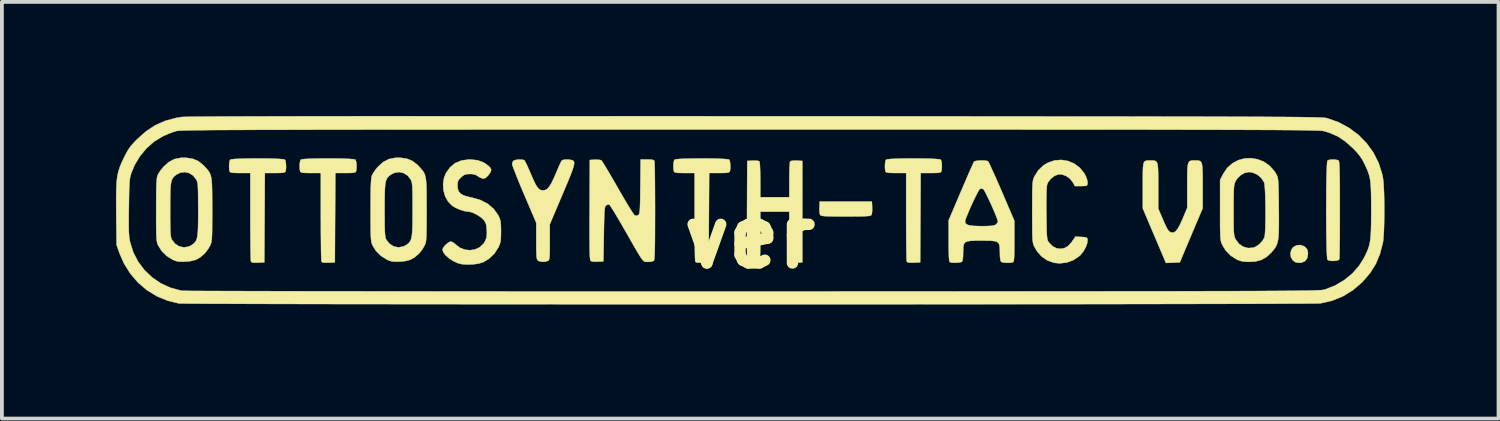
<source format=kicad_pcb>
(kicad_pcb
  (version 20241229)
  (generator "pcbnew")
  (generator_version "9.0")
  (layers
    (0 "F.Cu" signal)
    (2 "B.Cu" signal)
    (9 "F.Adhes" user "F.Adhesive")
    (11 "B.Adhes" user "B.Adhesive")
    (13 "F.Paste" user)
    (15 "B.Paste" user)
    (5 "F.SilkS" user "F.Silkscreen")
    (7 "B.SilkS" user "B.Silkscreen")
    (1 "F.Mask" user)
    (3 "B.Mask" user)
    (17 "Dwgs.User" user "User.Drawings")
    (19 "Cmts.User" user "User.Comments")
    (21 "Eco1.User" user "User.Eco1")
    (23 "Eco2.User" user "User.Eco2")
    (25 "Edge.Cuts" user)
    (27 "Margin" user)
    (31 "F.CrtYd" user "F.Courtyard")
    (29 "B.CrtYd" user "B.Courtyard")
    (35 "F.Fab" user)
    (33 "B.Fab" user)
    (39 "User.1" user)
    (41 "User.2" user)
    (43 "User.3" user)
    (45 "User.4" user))
  (footprint "ver"
    (layer "F.Cu")
    (at 16.665 3.176)
    (property "Reference" "ver" (at 0 0 0) (layer "F.SilkS") (effects (font (size 1.524 1.524) (thickness 0.3))))
    (attr through_hole)
    (fp_poly (pts (xy 14.575 0.248) (xy 14.616 0.278) (xy 14.662 0.336) (xy 14.68 0.408) (xy 14.681 0.45) (xy 14.662 0.562) (xy 14.606 0.639) (xy 14.515 0.68) (xy 14.453 0.686) (xy 14.361 0.673) (xy 14.291 0.628) (xy 14.286 0.623) (xy 14.235 0.54) (xy 14.221 0.441) (xy 14.243 0.344) (xy 14.289 0.278) (xy 14.377 0.227) (xy 14.479 0.217) (xy 14.575 0.248)) (stroke (width 0.01) (type solid)) (fill yes) (layer "F.SilkS"))
    (fp_poly (pts (xy 3.221 -0.766) (xy 3.22 -0.665) (xy 3.21 -0.593) (xy 3.199 -0.569) (xy 3.181 -0.558) (xy 3.144 -0.549) (xy 3.083 -0.543) (xy 2.993 -0.538) (xy 2.868 -0.535) (xy 2.702 -0.534) (xy 2.527 -0.533) (xy 2.323 -0.534) (xy 2.164 -0.536) (xy 2.045 -0.539) (xy 1.96 -0.543) (xy 1.903 -0.55) (xy 1.87 -0.56) (xy 1.856 -0.569) (xy 1.84 -0.617) (xy 1.833 -0.702) (xy 1.834 -0.766) (xy 1.841 -0.927) (xy 3.213 -0.927) (xy 3.221 -0.766)) (stroke (width 0.01) (type solid)) (fill yes) (layer "F.SilkS"))
    (fp_poly (pts (xy 15.398 -2.028) (xy 15.464 -2.015) (xy 15.489 -2.002) (xy 15.496 -1.981) (xy 15.503 -1.933) (xy 15.508 -1.854) (xy 15.512 -1.743) (xy 15.515 -1.594) (xy 15.517 -1.406) (xy 15.519 -1.175) (xy 15.519 -0.898) (xy 15.519 -0.708) (xy 15.519 -0.459) (xy 15.518 -0.224) (xy 15.517 -0.009) (xy 15.515 0.181) (xy 15.513 0.341) (xy 15.51 0.467) (xy 15.507 0.552) (xy 15.504 0.593) (xy 15.504 0.595) (xy 15.471 0.619) (xy 15.406 0.632) (xy 15.328 0.636) (xy 15.253 0.629) (xy 15.2 0.61) (xy 15.194 0.605) (xy 15.187 0.572) (xy 15.181 0.495) (xy 15.175 0.38) (xy 15.171 0.231) (xy 15.167 0.055) (xy 15.164 -0.142) (xy 15.162 -0.354) (xy 15.161 -0.575) (xy 15.161 -0.8) (xy 15.162 -1.022) (xy 15.164 -1.235) (xy 15.167 -1.434) (xy 15.17 -1.612) (xy 15.175 -1.764) (xy 15.18 -1.883) (xy 15.186 -1.964) (xy 15.194 -2.001) (xy 15.194 -2.002) (xy 15.241 -2.022) (xy 15.316 -2.031) (xy 15.398 -2.028)) (stroke (width 0.01) (type solid)) (fill yes) (layer "F.SilkS"))
    (fp_poly (pts (xy -12.81 -2.059) (xy -12.649 -2.057) (xy -12.502 -2.053) (xy -12.378 -2.047) (xy -12.285 -2.04) (xy -12.232 -2.031) (xy -12.222 -2.027) (xy -12.205 -1.984) (xy -12.195 -1.911) (xy -12.192 -1.826) (xy -12.199 -1.75) (xy -12.207 -1.717) (xy -12.223 -1.698) (xy -12.259 -1.686) (xy -12.323 -1.679) (xy -12.426 -1.677) (xy -12.487 -1.676) (xy -12.75 -1.676) (xy -12.757 -0.502) (xy -12.764 0.673) (xy -12.932 0.681) (xy -13.026 0.682) (xy -13.082 0.676) (xy -13.109 0.659) (xy -13.116 0.647) (xy -13.119 0.613) (xy -13.122 0.535) (xy -13.125 0.416) (xy -13.127 0.262) (xy -13.129 0.079) (xy -13.131 -0.129) (xy -13.132 -0.355) (xy -13.132 -0.535) (xy -13.132 -1.676) (xy -13.396 -1.676) (xy -13.518 -1.678) (xy -13.599 -1.682) (xy -13.646 -1.692) (xy -13.67 -1.707) (xy -13.675 -1.717) (xy -13.688 -1.779) (xy -13.69 -1.861) (xy -13.685 -1.943) (xy -13.671 -2.007) (xy -13.66 -2.027) (xy -13.626 -2.037) (xy -13.548 -2.045) (xy -13.437 -2.051) (xy -13.299 -2.055) (xy -13.143 -2.058) (xy -12.977 -2.059) (xy -12.81 -2.059)) (stroke (width 0.01) (type solid)) (fill yes) (layer "F.SilkS"))
    (fp_poly (pts (xy -10.956 -2.059) (xy -10.794 -2.057) (xy -10.648 -2.053) (xy -10.524 -2.047) (xy -10.431 -2.04) (xy -10.377 -2.031) (xy -10.368 -2.027) (xy -10.351 -1.984) (xy -10.34 -1.911) (xy -10.338 -1.826) (xy -10.345 -1.75) (xy -10.353 -1.717) (xy -10.369 -1.698) (xy -10.404 -1.686) (xy -10.469 -1.679) (xy -10.571 -1.677) (xy -10.632 -1.676) (xy -10.896 -1.676) (xy -10.903 -0.502) (xy -10.909 0.673) (xy -11.078 0.681) (xy -11.172 0.682) (xy -11.227 0.676) (xy -11.255 0.659) (xy -11.262 0.647) (xy -11.265 0.613) (xy -11.268 0.535) (xy -11.271 0.416) (xy -11.273 0.262) (xy -11.275 0.079) (xy -11.277 -0.129) (xy -11.277 -0.355) (xy -11.278 -0.535) (xy -11.278 -1.676) (xy -11.542 -1.676) (xy -11.664 -1.678) (xy -11.745 -1.682) (xy -11.792 -1.692) (xy -11.816 -1.707) (xy -11.821 -1.717) (xy -11.833 -1.779) (xy -11.836 -1.861) (xy -11.83 -1.943) (xy -11.817 -2.007) (xy -11.806 -2.027) (xy -11.771 -2.037) (xy -11.694 -2.045) (xy -11.583 -2.051) (xy -11.445 -2.055) (xy -11.289 -2.058) (xy -11.123 -2.059) (xy -10.956 -2.059)) (stroke (width 0.01) (type solid)) (fill yes) (layer "F.SilkS"))
    (fp_poly (pts (xy -1.126 -2.059) (xy -0.965 -2.057) (xy -0.818 -2.053) (xy -0.694 -2.047) (xy -0.601 -2.04) (xy -0.548 -2.031) (xy -0.538 -2.027) (xy -0.521 -1.984) (xy -0.511 -1.911) (xy -0.508 -1.826) (xy -0.515 -1.75) (xy -0.523 -1.717) (xy -0.539 -1.698) (xy -0.575 -1.686) (xy -0.639 -1.679) (xy -0.742 -1.677) (xy -0.803 -1.676) (xy -1.066 -1.676) (xy -1.073 -0.502) (xy -1.079 0.673) (xy -1.248 0.681) (xy -1.342 0.682) (xy -1.398 0.676) (xy -1.425 0.659) (xy -1.432 0.647) (xy -1.435 0.613) (xy -1.438 0.535) (xy -1.441 0.416) (xy -1.443 0.262) (xy -1.445 0.079) (xy -1.447 -0.129) (xy -1.448 -0.355) (xy -1.448 -0.535) (xy -1.448 -1.676) (xy -1.712 -1.676) (xy -1.834 -1.678) (xy -1.915 -1.682) (xy -1.962 -1.692) (xy -1.986 -1.707) (xy -1.991 -1.717) (xy -2.004 -1.779) (xy -2.006 -1.861) (xy -2.001 -1.943) (xy -1.987 -2.007) (xy -1.976 -2.027) (xy -1.942 -2.037) (xy -1.864 -2.045) (xy -1.753 -2.051) (xy -1.615 -2.055) (xy -1.459 -2.058) (xy -1.293 -2.059) (xy -1.126 -2.059)) (stroke (width 0.01) (type solid)) (fill yes) (layer "F.SilkS"))
    (fp_poly (pts (xy 4.437 -2.059) (xy 4.598 -2.057) (xy 4.745 -2.053) (xy 4.868 -2.047) (xy 4.961 -2.04) (xy 5.015 -2.031) (xy 5.024 -2.027) (xy 5.042 -1.984) (xy 5.052 -1.911) (xy 5.054 -1.826) (xy 5.048 -1.75) (xy 5.039 -1.717) (xy 5.024 -1.698) (xy 4.988 -1.686) (xy 4.923 -1.679) (xy 4.821 -1.677) (xy 4.76 -1.676) (xy 4.496 -1.676) (xy 4.49 -0.502) (xy 4.483 0.673) (xy 4.315 0.681) (xy 4.22 0.682) (xy 4.165 0.676) (xy 4.137 0.659) (xy 4.131 0.647) (xy 4.127 0.613) (xy 4.124 0.535) (xy 4.122 0.416) (xy 4.119 0.262) (xy 4.117 0.079) (xy 4.116 -0.129) (xy 4.115 -0.355) (xy 4.115 -0.535) (xy 4.115 -1.676) (xy 3.851 -1.676) (xy 3.728 -1.678) (xy 3.648 -1.682) (xy 3.6 -1.692) (xy 3.577 -1.707) (xy 3.571 -1.717) (xy 3.559 -1.779) (xy 3.556 -1.861) (xy 3.562 -1.943) (xy 3.575 -2.007) (xy 3.586 -2.027) (xy 3.621 -2.037) (xy 3.698 -2.045) (xy 3.81 -2.051) (xy 3.947 -2.055) (xy 4.103 -2.058) (xy 4.269 -2.059) (xy 4.437 -2.059)) (stroke (width 0.01) (type solid)) (fill yes) (layer "F.SilkS"))
    (fp_poly (pts (xy 1.234 -2.002) (xy 1.384 -1.994) (xy 1.384 0.673) (xy 1.249 0.681) (xy 1.161 0.68) (xy 1.095 0.668) (xy 1.077 0.659) (xy 1.066 0.641) (xy 1.057 0.605) (xy 1.051 0.545) (xy 1.046 0.456) (xy 1.043 0.332) (xy 1.042 0.167) (xy 1.041 -0.016) (xy 1.041 -0.66) (xy 0.279 -0.66) (xy 0.279 -0.027) (xy 0.279 0.149) (xy 0.277 0.309) (xy 0.275 0.446) (xy 0.271 0.554) (xy 0.267 0.623) (xy 0.264 0.646) (xy 0.232 0.668) (xy 0.167 0.683) (xy 0.088 0.688) (xy 0.011 0.684) (xy -0.046 0.67) (xy -0.065 0.654) (xy -0.067 0.623) (xy -0.069 0.546) (xy -0.07 0.429) (xy -0.071 0.275) (xy -0.072 0.09) (xy -0.072 -0.122) (xy -0.071 -0.355) (xy -0.07 -0.604) (xy -0.07 -0.686) (xy -0.064 -1.994) (xy 0.087 -2.002) (xy 0.189 -2.001) (xy 0.246 -1.987) (xy 0.258 -1.976) (xy 0.264 -1.941) (xy 0.27 -1.864) (xy 0.275 -1.754) (xy 0.278 -1.62) (xy 0.279 -1.492) (xy 0.279 -1.041) (xy 1.041 -1.041) (xy 1.042 -1.492) (xy 1.043 -1.64) (xy 1.046 -1.771) (xy 1.051 -1.877) (xy 1.057 -1.949) (xy 1.063 -1.976) (xy 1.101 -1.997) (xy 1.183 -2.003) (xy 1.234 -2.002)) (stroke (width 0.01) (type solid)) (fill yes) (layer "F.SilkS"))
    (fp_poly (pts (xy 10.55 -2.007) (xy 10.608 -2.006) (xy 10.654 -1.999) (xy 10.688 -1.982) (xy 10.712 -1.948) (xy 10.728 -1.891) (xy 10.737 -1.805) (xy 10.742 -1.686) (xy 10.744 -1.527) (xy 10.744 -1.334) (xy 10.744 -0.74) (xy 10.851 -0.491) (xy 10.911 -0.351) (xy 10.958 -0.252) (xy 10.996 -0.185) (xy 11.029 -0.144) (xy 11.063 -0.121) (xy 11.092 -0.111) (xy 11.146 -0.111) (xy 11.2 -0.142) (xy 11.254 -0.209) (xy 11.314 -0.315) (xy 11.383 -0.467) (xy 11.391 -0.485) (xy 11.506 -0.76) (xy 11.506 -1.344) (xy 11.506 -1.544) (xy 11.508 -1.699) (xy 11.513 -1.815) (xy 11.524 -1.898) (xy 11.541 -1.952) (xy 11.567 -1.985) (xy 11.603 -2.001) (xy 11.652 -2.006) (xy 11.709 -2.007) (xy 11.771 -2.006) (xy 11.818 -2) (xy 11.854 -1.983) (xy 11.879 -1.95) (xy 11.896 -1.894) (xy 11.906 -1.81) (xy 11.911 -1.693) (xy 11.912 -1.536) (xy 11.912 -1.338) (xy 11.912 -0.749) (xy 11.611 -0.038) (xy 11.311 0.673) (xy 11.128 0.681) (xy 10.946 0.688) (xy 10.91 0.604) (xy 10.891 0.559) (xy 10.855 0.474) (xy 10.805 0.356) (xy 10.744 0.214) (xy 10.676 0.052) (xy 10.606 -0.111) (xy 10.338 -0.744) (xy 10.338 -1.349) (xy 10.338 -1.548) (xy 10.339 -1.703) (xy 10.343 -1.818) (xy 10.352 -1.9) (xy 10.368 -1.954) (xy 10.393 -1.986) (xy 10.428 -2.001) (xy 10.475 -2.006) (xy 10.537 -2.007) (xy 10.55 -2.007)) (stroke (width 0.01) (type solid)) (fill yes) (layer "F.SilkS"))
    (fp_poly (pts (xy -4.743 -2.028) (xy -4.68 -2.016) (xy -4.648 -2.004) (xy -4.627 -1.986) (xy -4.616 -1.956) (xy -4.618 -1.91) (xy -4.633 -1.843) (xy -4.662 -1.751) (xy -4.708 -1.63) (xy -4.771 -1.475) (xy -4.852 -1.281) (xy -4.926 -1.106) (xy -5.258 -0.325) (xy -5.258 0.141) (xy -5.258 0.306) (xy -5.26 0.428) (xy -5.263 0.513) (xy -5.269 0.57) (xy -5.278 0.604) (xy -5.291 0.623) (xy -5.307 0.634) (xy -5.382 0.656) (xy -5.468 0.658) (xy -5.544 0.64) (xy -5.573 0.62) (xy -5.588 0.599) (xy -5.598 0.562) (xy -5.606 0.503) (xy -5.61 0.415) (xy -5.613 0.291) (xy -5.613 0.123) (xy -5.613 0.107) (xy -5.613 -0.367) (xy -5.931 -1.11) (xy -6.009 -1.295) (xy -6.08 -1.466) (xy -6.141 -1.619) (xy -6.191 -1.747) (xy -6.227 -1.843) (xy -6.246 -1.903) (xy -6.248 -1.916) (xy -6.229 -1.978) (xy -6.199 -2.006) (xy -6.138 -2.024) (xy -6.057 -2.031) (xy -5.978 -2.027) (xy -5.927 -2.013) (xy -5.908 -1.984) (xy -5.873 -1.916) (xy -5.828 -1.82) (xy -5.777 -1.702) (xy -5.755 -1.651) (xy -5.687 -1.494) (xy -5.631 -1.379) (xy -5.582 -1.3) (xy -5.537 -1.251) (xy -5.489 -1.226) (xy -5.435 -1.219) (xy -5.434 -1.219) (xy -5.373 -1.23) (xy -5.317 -1.265) (xy -5.262 -1.33) (xy -5.203 -1.431) (xy -5.136 -1.574) (xy -5.103 -1.651) (xy -5.052 -1.77) (xy -5.007 -1.874) (xy -4.97 -1.953) (xy -4.948 -1.996) (xy -4.946 -2) (xy -4.904 -2.021) (xy -4.83 -2.031) (xy -4.743 -2.028)) (stroke (width 0.01) (type solid)) (fill yes) (layer "F.SilkS"))
    (fp_poly (pts (xy 8.375 -1.991) (xy 8.539 -1.921) (xy 8.682 -1.813) (xy 8.798 -1.671) (xy 8.844 -1.582) (xy 8.873 -1.5) (xy 8.886 -1.424) (xy 8.885 -1.402) (xy 8.878 -1.365) (xy 8.86 -1.345) (xy 8.819 -1.336) (xy 8.741 -1.334) (xy 8.714 -1.333) (xy 8.552 -1.333) (xy 8.495 -1.435) (xy 8.42 -1.529) (xy 8.319 -1.6) (xy 8.209 -1.639) (xy 8.116 -1.64) (xy 8.013 -1.599) (xy 7.917 -1.524) (xy 7.845 -1.43) (xy 7.822 -1.376) (xy 7.813 -1.316) (xy 7.806 -1.208) (xy 7.802 -1.055) (xy 7.801 -0.86) (xy 7.802 -0.625) (xy 7.803 -0.605) (xy 7.805 -0.401) (xy 7.808 -0.241) (xy 7.811 -0.12) (xy 7.816 -0.031) (xy 7.822 0.033) (xy 7.831 0.078) (xy 7.842 0.109) (xy 7.856 0.134) (xy 7.863 0.143) (xy 7.961 0.247) (xy 8.068 0.303) (xy 8.166 0.318) (xy 8.274 0.301) (xy 8.369 0.247) (xy 8.46 0.15) (xy 8.492 0.104) (xy 8.565 -0.002) (xy 8.721 0.005) (xy 8.807 0.011) (xy 8.855 0.021) (xy 8.877 0.041) (xy 8.885 0.078) (xy 8.885 0.081) (xy 8.876 0.168) (xy 8.838 0.273) (xy 8.778 0.381) (xy 8.704 0.475) (xy 8.681 0.498) (xy 8.522 0.609) (xy 8.342 0.677) (xy 8.152 0.7) (xy 8.005 0.685) (xy 7.831 0.624) (xy 7.678 0.52) (xy 7.552 0.377) (xy 7.483 0.254) (xy 7.468 0.22) (xy 7.456 0.184) (xy 7.447 0.14) (xy 7.44 0.083) (xy 7.435 0.006) (xy 7.432 -0.097) (xy 7.431 -0.232) (xy 7.43 -0.404) (xy 7.43 -0.621) (xy 7.429 -0.66) (xy 7.43 -0.884) (xy 7.43 -1.063) (xy 7.432 -1.204) (xy 7.435 -1.311) (xy 7.439 -1.392) (xy 7.446 -1.453) (xy 7.454 -1.498) (xy 7.466 -1.535) (xy 7.48 -1.57) (xy 7.483 -1.576) (xy 7.587 -1.746) (xy 7.726 -1.878) (xy 7.84 -1.946) (xy 8.017 -2.007) (xy 8.198 -2.021) (xy 8.375 -1.991)) (stroke (width 0.01) (type solid)) (fill yes) (layer "F.SilkS"))
    (fp_poly (pts (xy -7.158 -2.012) (xy -6.992 -1.951) (xy -6.874 -1.868) (xy -6.819 -1.811) (xy -6.798 -1.762) (xy -6.812 -1.707) (xy -6.861 -1.633) (xy -6.882 -1.607) (xy -6.947 -1.545) (xy -7.013 -1.528) (xy -7.092 -1.557) (xy -7.137 -1.587) (xy -7.212 -1.63) (xy -7.297 -1.649) (xy -7.359 -1.651) (xy -7.446 -1.646) (xy -7.508 -1.626) (xy -7.569 -1.582) (xy -7.589 -1.564) (xy -7.648 -1.503) (xy -7.676 -1.449) (xy -7.683 -1.379) (xy -7.684 -1.365) (xy -7.676 -1.26) (xy -7.647 -1.181) (xy -7.591 -1.123) (xy -7.501 -1.079) (xy -7.37 -1.043) (xy -7.301 -1.029) (xy -7.079 -0.965) (xy -6.889 -0.866) (xy -6.733 -0.733) (xy -6.615 -0.569) (xy -6.599 -0.538) (xy -6.572 -0.477) (xy -6.555 -0.415) (xy -6.545 -0.338) (xy -6.541 -0.234) (xy -6.54 -0.14) (xy -6.542 -0.012) (xy -6.547 0.08) (xy -6.558 0.149) (xy -6.578 0.211) (xy -6.609 0.28) (xy -6.611 0.283) (xy -6.717 0.446) (xy -6.859 0.58) (xy -7.007 0.668) (xy -7.126 0.705) (xy -7.273 0.726) (xy -7.428 0.731) (xy -7.572 0.72) (xy -7.671 0.696) (xy -7.798 0.638) (xy -7.91 0.564) (xy -8.001 0.483) (xy -8.059 0.402) (xy -8.077 0.336) (xy -8.058 0.285) (xy -8.009 0.225) (xy -7.946 0.169) (xy -7.886 0.133) (xy -7.858 0.127) (xy -7.807 0.145) (xy -7.75 0.188) (xy -7.745 0.193) (xy -7.629 0.285) (xy -7.497 0.339) (xy -7.359 0.355) (xy -7.223 0.334) (xy -7.102 0.278) (xy -7.003 0.186) (xy -6.965 0.127) (xy -6.932 0.053) (xy -6.915 -0.018) (xy -6.911 -0.108) (xy -6.914 -0.167) (xy -6.922 -0.274) (xy -6.939 -0.348) (xy -6.97 -0.408) (xy -6.991 -0.439) (xy -7.059 -0.504) (xy -7.153 -0.568) (xy -7.257 -0.622) (xy -7.352 -0.654) (xy -7.398 -0.66) (xy -7.501 -0.675) (xy -7.623 -0.713) (xy -7.743 -0.767) (xy -7.821 -0.814) (xy -7.929 -0.922) (xy -8.007 -1.061) (xy -8.052 -1.22) (xy -8.063 -1.387) (xy -8.037 -1.551) (xy -7.987 -1.674) (xy -7.879 -1.826) (xy -7.745 -1.936) (xy -7.582 -2.004) (xy -7.39 -2.031) (xy -7.353 -2.032) (xy -7.158 -2.012)) (stroke (width 0.01) (type solid)) (fill yes) (layer "F.SilkS"))
    (fp_poly (pts (xy -2.595 -2.029) (xy -2.537 -2.019) (xy -2.509 -2) (xy -2.505 -1.992) (xy -2.502 -1.959) (xy -2.499 -1.881) (xy -2.496 -1.761) (xy -2.494 -1.606) (xy -2.492 -1.421) (xy -2.491 -1.209) (xy -2.49 -0.977) (xy -2.489 -0.728) (xy -2.489 -0.676) (xy -2.49 -0.369) (xy -2.491 -0.109) (xy -2.492 0.106) (xy -2.495 0.28) (xy -2.498 0.415) (xy -2.503 0.514) (xy -2.508 0.582) (xy -2.515 0.62) (xy -2.52 0.63) (xy -2.562 0.648) (xy -2.634 0.659) (xy -2.67 0.66) (xy -2.705 0.661) (xy -2.735 0.66) (xy -2.761 0.654) (xy -2.787 0.639) (xy -2.817 0.609) (xy -2.853 0.562) (xy -2.898 0.492) (xy -2.956 0.397) (xy -3.029 0.271) (xy -3.121 0.111) (xy -3.234 -0.088) (xy -3.273 -0.156) (xy -3.37 -0.325) (xy -3.46 -0.479) (xy -3.541 -0.614) (xy -3.608 -0.723) (xy -3.658 -0.8) (xy -3.688 -0.842) (xy -3.694 -0.847) (xy -3.74 -0.844) (xy -3.776 -0.826) (xy -3.79 -0.812) (xy -3.801 -0.791) (xy -3.809 -0.755) (xy -3.816 -0.7) (xy -3.822 -0.62) (xy -3.826 -0.508) (xy -3.83 -0.36) (xy -3.834 -0.169) (xy -3.835 -0.072) (xy -3.848 0.648) (xy -4.003 0.655) (xy -4.106 0.655) (xy -4.167 0.642) (xy -4.187 0.627) (xy -4.194 0.604) (xy -4.2 0.552) (xy -4.205 0.467) (xy -4.208 0.348) (xy -4.21 0.191) (xy -4.212 -0.007) (xy -4.212 -0.249) (xy -4.211 -0.537) (xy -4.21 -0.714) (xy -4.204 -2.019) (xy -4.068 -2.027) (xy -3.979 -2.026) (xy -3.914 -2.014) (xy -3.897 -2.005) (xy -3.876 -1.976) (xy -3.833 -1.908) (xy -3.772 -1.808) (xy -3.696 -1.68) (xy -3.608 -1.53) (xy -3.512 -1.364) (xy -3.463 -1.278) (xy -3.364 -1.106) (xy -3.271 -0.948) (xy -3.188 -0.81) (xy -3.118 -0.696) (xy -3.064 -0.614) (xy -3.03 -0.567) (xy -3.022 -0.559) (xy -2.963 -0.553) (xy -2.931 -0.57) (xy -2.917 -0.584) (xy -2.906 -0.604) (xy -2.897 -0.638) (xy -2.89 -0.69) (xy -2.886 -0.767) (xy -2.882 -0.875) (xy -2.879 -1.018) (xy -2.877 -1.204) (xy -2.875 -1.319) (xy -2.868 -2.032) (xy -2.694 -2.032) (xy -2.595 -2.029)) (stroke (width 0.01) (type solid)) (fill yes) (layer "F.SilkS"))
    (fp_poly (pts (xy 13.36 -2.037) (xy 13.524 -1.971) (xy 13.672 -1.867) (xy 13.798 -1.726) (xy 13.852 -1.638) (xy 13.867 -1.607) (xy 13.88 -1.574) (xy 13.889 -1.533) (xy 13.897 -1.478) (xy 13.902 -1.403) (xy 13.906 -1.301) (xy 13.909 -1.168) (xy 13.912 -0.996) (xy 13.914 -0.78) (xy 13.914 -0.754) (xy 13.916 -0.509) (xy 13.916 -0.31) (xy 13.913 -0.149) (xy 13.907 -0.02) (xy 13.895 0.081) (xy 13.877 0.163) (xy 13.852 0.229) (xy 13.82 0.288) (xy 13.778 0.344) (xy 13.726 0.404) (xy 13.721 0.41) (xy 13.593 0.53) (xy 13.457 0.608) (xy 13.302 0.65) (xy 13.145 0.66) (xy 13.02 0.656) (xy 12.925 0.641) (xy 12.838 0.611) (xy 12.812 0.6) (xy 12.648 0.496) (xy 12.513 0.355) (xy 12.431 0.218) (xy 12.414 0.181) (xy 12.4 0.145) (xy 12.39 0.104) (xy 12.382 0.052) (xy 12.377 -0.016) (xy 12.374 -0.108) (xy 12.371 -0.229) (xy 12.37 -0.385) (xy 12.37 -0.583) (xy 12.37 -0.694) (xy 12.725 -0.694) (xy 12.726 -0.494) (xy 12.726 -0.337) (xy 12.728 -0.217) (xy 12.732 -0.128) (xy 12.738 -0.063) (xy 12.746 -0.015) (xy 12.758 0.023) (xy 12.774 0.058) (xy 12.784 0.077) (xy 12.868 0.187) (xy 12.978 0.262) (xy 13.103 0.297) (xy 13.234 0.289) (xy 13.291 0.27) (xy 13.392 0.206) (xy 13.48 0.114) (xy 13.537 0.017) (xy 13.547 -0.036) (xy 13.554 -0.13) (xy 13.56 -0.258) (xy 13.564 -0.409) (xy 13.565 -0.576) (xy 13.565 -0.749) (xy 13.562 -0.92) (xy 13.558 -1.08) (xy 13.552 -1.221) (xy 13.544 -1.333) (xy 13.535 -1.407) (xy 13.529 -1.43) (xy 13.453 -1.547) (xy 13.345 -1.637) (xy 13.218 -1.691) (xy 13.126 -1.702) (xy 13.02 -1.68) (xy 12.913 -1.62) (xy 12.823 -1.535) (xy 12.779 -1.466) (xy 12.762 -1.429) (xy 12.75 -1.391) (xy 12.74 -1.344) (xy 12.734 -1.281) (xy 12.73 -1.196) (xy 12.727 -1.083) (xy 12.726 -0.933) (xy 12.725 -0.741) (xy 12.725 -0.694) (xy 12.37 -0.694) (xy 12.37 -0.703) (xy 12.37 -1.494) (xy 12.453 -1.654) (xy 12.56 -1.812) (xy 12.694 -1.932) (xy 12.848 -2.014) (xy 13.015 -2.059) (xy 13.188 -2.067) (xy 13.36 -2.037)) (stroke (width 0.01) (type solid)) (fill yes) (layer "F.SilkS"))
    (fp_poly (pts (xy 6.177 -2.004) (xy 6.243 -1.995) (xy 6.266 -1.987) (xy 6.283 -1.96) (xy 6.317 -1.891) (xy 6.365 -1.787) (xy 6.426 -1.654) (xy 6.497 -1.495) (xy 6.574 -1.319) (xy 6.628 -1.194) (xy 6.96 -0.42) (xy 6.96 0.117) (xy 6.959 0.298) (xy 6.958 0.435) (xy 6.954 0.533) (xy 6.949 0.6) (xy 6.942 0.641) (xy 6.931 0.662) (xy 6.919 0.67) (xy 6.857 0.683) (xy 6.775 0.686) (xy 6.693 0.68) (xy 6.629 0.666) (xy 6.609 0.655) (xy 6.593 0.612) (xy 6.582 0.527) (xy 6.579 0.414) (xy 6.577 0.306) (xy 6.569 0.226) (xy 6.547 0.17) (xy 6.505 0.134) (xy 6.435 0.114) (xy 6.332 0.104) (xy 6.188 0.102) (xy 6.096 0.102) (xy 5.929 0.102) (xy 5.805 0.108) (xy 5.719 0.122) (xy 5.664 0.149) (xy 5.632 0.194) (xy 5.618 0.261) (xy 5.614 0.355) (xy 5.613 0.414) (xy 5.61 0.532) (xy 5.599 0.615) (xy 5.583 0.655) (xy 5.542 0.671) (xy 5.47 0.681) (xy 5.386 0.684) (xy 5.309 0.679) (xy 5.264 0.669) (xy 5.253 0.651) (xy 5.245 0.606) (xy 5.239 0.528) (xy 5.235 0.411) (xy 5.233 0.253) (xy 5.232 0.112) (xy 5.232 -0.404) (xy 5.664 -0.404) (xy 5.675 -0.357) (xy 5.711 -0.322) (xy 5.778 -0.299) (xy 5.881 -0.286) (xy 6.027 -0.28) (xy 6.096 -0.279) (xy 6.241 -0.281) (xy 6.344 -0.286) (xy 6.413 -0.296) (xy 6.458 -0.311) (xy 6.471 -0.319) (xy 6.514 -0.363) (xy 6.527 -0.401) (xy 6.517 -0.446) (xy 6.488 -0.524) (xy 6.446 -0.628) (xy 6.395 -0.747) (xy 6.339 -0.872) (xy 6.282 -0.993) (xy 6.229 -1.102) (xy 6.185 -1.188) (xy 6.152 -1.242) (xy 6.14 -1.255) (xy 6.085 -1.269) (xy 6.052 -1.254) (xy 6.028 -1.223) (xy 5.989 -1.154) (xy 5.94 -1.057) (xy 5.884 -0.942) (xy 5.827 -0.818) (xy 5.772 -0.694) (xy 5.725 -0.581) (xy 5.688 -0.488) (xy 5.667 -0.423) (xy 5.664 -0.404) (xy 5.232 -0.404) (xy 5.232 -0.432) (xy 5.554 -1.188) (xy 5.633 -1.372) (xy 5.706 -1.542) (xy 5.771 -1.692) (xy 5.826 -1.816) (xy 5.867 -1.908) (xy 5.893 -1.963) (xy 5.9 -1.975) (xy 5.937 -1.991) (xy 6.007 -2.002) (xy 6.093 -2.006) (xy 6.177 -2.004)) (stroke (width 0.01) (type solid)) (fill yes) (layer "F.SilkS"))
    (fp_poly (pts (xy -14.653 -2.052) (xy -14.513 -1.996) (xy -14.387 -1.901) (xy -14.329 -1.842) (xy -14.278 -1.787) (xy -14.237 -1.737) (xy -14.205 -1.688) (xy -14.181 -1.633) (xy -14.163 -1.567) (xy -14.15 -1.482) (xy -14.142 -1.374) (xy -14.138 -1.236) (xy -14.136 -1.063) (xy -14.135 -0.848) (xy -14.135 -0.711) (xy -14.135 -0.484) (xy -14.136 -0.301) (xy -14.137 -0.158) (xy -14.14 -0.047) (xy -14.144 0.036) (xy -14.15 0.099) (xy -14.158 0.146) (xy -14.169 0.183) (xy -14.183 0.218) (xy -14.19 0.232) (xy -14.242 0.323) (xy -14.312 0.415) (xy -14.343 0.449) (xy -14.456 0.545) (xy -14.573 0.608) (xy -14.71 0.642) (xy -14.846 0.654) (xy -14.96 0.656) (xy -15.042 0.649) (xy -15.114 0.629) (xy -15.179 0.601) (xy -15.335 0.503) (xy -15.465 0.373) (xy -15.554 0.231) (xy -15.569 0.196) (xy -15.581 0.161) (xy -15.59 0.118) (xy -15.597 0.061) (xy -15.602 -0.014) (xy -15.605 -0.115) (xy -15.607 -0.246) (xy -15.608 -0.415) (xy -15.608 -0.627) (xy -15.608 -0.699) (xy -15.608 -0.707) (xy -15.24 -0.707) (xy -15.24 -0.497) (xy -15.238 -0.331) (xy -15.236 -0.204) (xy -15.232 -0.108) (xy -15.226 -0.038) (xy -15.218 0.013) (xy -15.207 0.051) (xy -15.196 0.076) (xy -15.117 0.179) (xy -15.01 0.25) (xy -14.886 0.279) (xy -14.872 0.279) (xy -14.745 0.256) (xy -14.679 0.222) (xy -14.63 0.187) (xy -14.592 0.152) (xy -14.562 0.109) (xy -14.539 0.054) (xy -14.524 -0.021) (xy -14.513 -0.12) (xy -14.507 -0.25) (xy -14.504 -0.417) (xy -14.503 -0.627) (xy -14.503 -0.712) (xy -14.504 -0.921) (xy -14.505 -1.086) (xy -14.507 -1.213) (xy -14.511 -1.308) (xy -14.516 -1.378) (xy -14.524 -1.428) (xy -14.535 -1.465) (xy -14.549 -1.496) (xy -14.55 -1.499) (xy -14.632 -1.606) (xy -14.737 -1.674) (xy -14.855 -1.701) (xy -14.977 -1.684) (xy -15.065 -1.64) (xy -15.114 -1.605) (xy -15.152 -1.569) (xy -15.182 -1.526) (xy -15.204 -1.471) (xy -15.22 -1.396) (xy -15.23 -1.297) (xy -15.236 -1.167) (xy -15.239 -1) (xy -15.24 -0.79) (xy -15.24 -0.707) (xy -15.608 -0.707) (xy -15.608 -0.945) (xy -15.606 -1.146) (xy -15.603 -1.305) (xy -15.598 -1.426) (xy -15.591 -1.516) (xy -15.582 -1.576) (xy -15.575 -1.607) (xy -15.54 -1.674) (xy -15.482 -1.759) (xy -15.414 -1.84) (xy -15.277 -1.964) (xy -15.128 -2.042) (xy -14.959 -2.076) (xy -14.821 -2.077) (xy -14.653 -2.052)) (stroke (width 0.01) (type solid)) (fill yes) (layer "F.SilkS"))
    (fp_poly (pts (xy -9.014 -2.052) (xy -8.875 -1.996) (xy -8.748 -1.901) (xy -8.69 -1.842) (xy -8.64 -1.787) (xy -8.599 -1.737) (xy -8.566 -1.688) (xy -8.542 -1.633) (xy -8.524 -1.567) (xy -8.511 -1.482) (xy -8.503 -1.374) (xy -8.499 -1.236) (xy -8.497 -1.063) (xy -8.496 -0.848) (xy -8.496 -0.711) (xy -8.496 -0.484) (xy -8.497 -0.301) (xy -8.499 -0.158) (xy -8.501 -0.047) (xy -8.505 0.036) (xy -8.511 0.099) (xy -8.52 0.146) (xy -8.53 0.183) (xy -8.544 0.218) (xy -8.551 0.232) (xy -8.603 0.323) (xy -8.673 0.415) (xy -8.704 0.449) (xy -8.817 0.545) (xy -8.934 0.608) (xy -9.071 0.642) (xy -9.207 0.654) (xy -9.321 0.656) (xy -9.403 0.649) (xy -9.475 0.629) (xy -9.54 0.601) (xy -9.696 0.503) (xy -9.827 0.373) (xy -9.916 0.231) (xy -9.931 0.196) (xy -9.942 0.161) (xy -9.952 0.118) (xy -9.958 0.061) (xy -9.963 -0.014) (xy -9.966 -0.115) (xy -9.968 -0.246) (xy -9.969 -0.415) (xy -9.969 -0.627) (xy -9.97 -0.699) (xy -9.969 -0.707) (xy -9.601 -0.707) (xy -9.601 -0.497) (xy -9.6 -0.331) (xy -9.597 -0.204) (xy -9.593 -0.108) (xy -9.587 -0.038) (xy -9.579 0.013) (xy -9.568 0.051) (xy -9.557 0.076) (xy -9.478 0.179) (xy -9.371 0.25) (xy -9.247 0.279) (xy -9.233 0.279) (xy -9.106 0.256) (xy -9.04 0.222) (xy -8.991 0.187) (xy -8.953 0.152) (xy -8.923 0.109) (xy -8.901 0.054) (xy -8.885 -0.021) (xy -8.875 -0.12) (xy -8.869 -0.25) (xy -8.866 -0.417) (xy -8.865 -0.627) (xy -8.865 -0.712) (xy -8.865 -0.921) (xy -8.866 -1.086) (xy -8.868 -1.213) (xy -8.872 -1.308) (xy -8.878 -1.378) (xy -8.886 -1.428) (xy -8.896 -1.465) (xy -8.91 -1.496) (xy -8.912 -1.499) (xy -8.993 -1.606) (xy -9.098 -1.674) (xy -9.216 -1.701) (xy -9.338 -1.684) (xy -9.427 -1.64) (xy -9.475 -1.605) (xy -9.513 -1.569) (xy -9.543 -1.526) (xy -9.565 -1.471) (xy -9.581 -1.396) (xy -9.591 -1.297) (xy -9.597 -1.167) (xy -9.6 -1) (xy -9.601 -0.79) (xy -9.601 -0.707) (xy -9.969 -0.707) (xy -9.969 -0.945) (xy -9.967 -1.146) (xy -9.964 -1.305) (xy -9.959 -1.426) (xy -9.952 -1.516) (xy -9.944 -1.576) (xy -9.936 -1.607) (xy -9.901 -1.674) (xy -9.843 -1.759) (xy -9.776 -1.84) (xy -9.638 -1.964) (xy -9.489 -2.042) (xy -9.32 -2.076) (xy -9.182 -2.077) (xy -9.014 -2.052)) (stroke (width 0.01) (type solid)) (fill yes) (layer "F.SilkS"))
    (fp_poly (pts (xy -5.61 -3.171) (xy -4.701 -3.171) (xy -3.744 -3.171) (xy -2.738 -3.17) (xy -1.684 -3.17) (xy -0.58 -3.169) (xy 0.152 -3.169) (xy 1.194 -3.169) (xy 2.185 -3.168) (xy 3.129 -3.168) (xy 4.025 -3.167) (xy 4.875 -3.167) (xy 5.681 -3.166) (xy 6.443 -3.165) (xy 7.163 -3.165) (xy 7.842 -3.164) (xy 8.481 -3.164) (xy 9.081 -3.163) (xy 9.644 -3.163) (xy 10.171 -3.162) (xy 10.663 -3.161) (xy 11.121 -3.16) (xy 11.547 -3.16) (xy 11.941 -3.159) (xy 12.306 -3.158) (xy 12.641 -3.157) (xy 12.949 -3.156) (xy 13.231 -3.155) (xy 13.487 -3.154) (xy 13.72 -3.152) (xy 13.929 -3.151) (xy 14.118 -3.15) (xy 14.286 -3.148) (xy 14.435 -3.147) (xy 14.566 -3.145) (xy 14.68 -3.143) (xy 14.779 -3.141) (xy 14.864 -3.139) (xy 14.936 -3.137) (xy 14.996 -3.135) (xy 15.046 -3.133) (xy 15.086 -3.13) (xy 15.118 -3.128) (xy 15.143 -3.125) (xy 15.163 -3.122) (xy 15.178 -3.119) (xy 15.187 -3.117) (xy 15.488 -3.01) (xy 15.763 -2.862) (xy 16.01 -2.678) (xy 16.223 -2.461) (xy 16.4 -2.216) (xy 16.537 -1.945) (xy 16.631 -1.653) (xy 16.652 -1.55) (xy 16.665 -1.449) (xy 16.674 -1.308) (xy 16.682 -1.136) (xy 16.686 -0.944) (xy 16.688 -0.74) (xy 16.687 -0.535) (xy 16.684 -0.337) (xy 16.678 -0.157) (xy 16.669 -0.003) (xy 16.658 0.114) (xy 16.651 0.157) (xy 16.574 0.453) (xy 16.464 0.716) (xy 16.314 0.955) (xy 16.122 1.179) (xy 16.106 1.196) (xy 15.865 1.403) (xy 15.601 1.565) (xy 15.315 1.681) (xy 15.015 1.75) (xy 14.979 1.752) (xy 14.895 1.754) (xy 14.762 1.755) (xy 14.584 1.757) (xy 14.363 1.758) (xy 14.099 1.759) (xy 13.795 1.761) (xy 13.452 1.762) (xy 13.072 1.763) (xy 12.656 1.764) (xy 12.208 1.765) (xy 11.727 1.766) (xy 11.216 1.767) (xy 10.677 1.768) (xy 10.111 1.769) (xy 9.521 1.77) (xy 8.907 1.771) (xy 8.271 1.772) (xy 7.616 1.772) (xy 6.943 1.773) (xy 6.254 1.773) (xy 5.55 1.774) (xy 4.833 1.774) (xy 4.105 1.775) (xy 3.367 1.775) (xy 2.622 1.775) (xy 1.871 1.775) (xy 1.115 1.776) (xy 0.357 1.776) (xy -0.402 1.776) (xy -1.159 1.776) (xy -1.915 1.776) (xy -2.666 1.776) (xy -3.41 1.775) (xy -4.147 1.775) (xy -4.875 1.775) (xy -5.591 1.774) (xy -6.294 1.774) (xy -6.983 1.774) (xy -7.655 1.773) (xy -8.309 1.772) (xy -8.943 1.772) (xy -9.556 1.771) (xy -10.145 1.77) (xy -10.71 1.77) (xy -11.247 1.769) (xy -11.756 1.768) (xy -12.235 1.767) (xy -12.682 1.766) (xy -13.095 1.765) (xy -13.473 1.763) (xy -13.814 1.762) (xy -14.116 1.761) (xy -14.377 1.76) (xy -14.596 1.758) (xy -14.772 1.757) (xy -14.901 1.755) (xy -14.983 1.754) (xy -15.016 1.752) (xy -15.301 1.682) (xy -15.572 1.573) (xy -15.594 1.562) (xy -15.856 1.401) (xy -16.09 1.2) (xy -16.292 0.963) (xy -16.457 0.697) (xy -16.571 0.437) (xy -16.649 0.216) (xy -16.655 -0.374) (xy -16.33 -0.374) (xy -16.329 -0.231) (xy -16.326 -0.117) (xy -16.32 -0.026) (xy -16.311 0.049) (xy -16.3 0.115) (xy -16.294 0.143) (xy -16.21 0.41) (xy -16.082 0.657) (xy -15.916 0.877) (xy -15.717 1.067) (xy -15.489 1.223) (xy -15.238 1.339) (xy -14.969 1.412) (xy -14.922 1.42) (xy -14.887 1.421) (xy -14.803 1.422) (xy -14.671 1.424) (xy -14.493 1.425) (xy -14.268 1.426) (xy -14 1.427) (xy -13.689 1.428) (xy -13.336 1.429) (xy -12.944 1.43) (xy -12.512 1.431) (xy -12.043 1.432) (xy -11.538 1.433) (xy -10.998 1.434) (xy -10.425 1.434) (xy -9.82 1.435) (xy -9.183 1.436) (xy -8.518 1.436) (xy -7.824 1.437) (xy -7.104 1.437) (xy -6.358 1.438) (xy -5.588 1.438) (xy -4.795 1.438) (xy -3.981 1.438) (xy -3.147 1.438) (xy -2.294 1.438) (xy -1.424 1.438) (xy -0.537 1.438) (xy 0.102 1.438) (xy 1.142 1.438) (xy 2.133 1.438) (xy 3.075 1.437) (xy 3.97 1.437) (xy 4.82 1.437) (xy 5.624 1.436) (xy 6.386 1.436) (xy 7.105 1.436) (xy 7.783 1.435) (xy 8.421 1.435) (xy 9.02 1.435) (xy 9.583 1.434) (xy 10.109 1.434) (xy 10.6 1.433) (xy 11.057 1.433) (xy 11.482 1.432) (xy 11.876 1.431) (xy 12.24 1.43) (xy 12.575 1.43) (xy 12.882 1.429) (xy 13.163 1.428) (xy 13.419 1.427) (xy 13.651 1.425) (xy 13.861 1.424) (xy 14.048 1.423) (xy 14.216 1.421) (xy 14.365 1.42) (xy 14.495 1.418) (xy 14.61 1.417) (xy 14.709 1.415) (xy 14.793 1.413) (xy 14.865 1.411) (xy 14.925 1.408) (xy 14.975 1.406) (xy 15.016 1.404) (xy 15.048 1.401) (xy 15.074 1.398) (xy 15.094 1.395) (xy 15.11 1.392) (xy 15.122 1.389) (xy 15.126 1.388) (xy 15.391 1.284) (xy 15.635 1.141) (xy 15.849 0.965) (xy 16.028 0.761) (xy 16.147 0.57) (xy 16.2 0.464) (xy 16.243 0.37) (xy 16.277 0.28) (xy 16.302 0.187) (xy 16.32 0.083) (xy 16.332 -0.039) (xy 16.339 -0.187) (xy 16.343 -0.368) (xy 16.344 -0.589) (xy 16.345 -0.686) (xy 16.344 -0.921) (xy 16.342 -1.113) (xy 16.337 -1.268) (xy 16.329 -1.396) (xy 16.316 -1.502) (xy 16.297 -1.594) (xy 16.271 -1.68) (xy 16.237 -1.766) (xy 16.194 -1.862) (xy 16.174 -1.905) (xy 16.118 -2.015) (xy 16.058 -2.108) (xy 15.986 -2.199) (xy 15.888 -2.304) (xy 15.852 -2.34) (xy 15.662 -2.509) (xy 15.469 -2.637) (xy 15.259 -2.73) (xy 15.097 -2.779) (xy 15.082 -2.782) (xy 15.062 -2.785) (xy 15.033 -2.787) (xy 14.995 -2.79) (xy 14.947 -2.792) (xy 14.887 -2.794) (xy 14.814 -2.796) (xy 14.728 -2.798) (xy 14.626 -2.8) (xy 14.508 -2.802) (xy 14.373 -2.804) (xy 14.219 -2.805) (xy 14.045 -2.806) (xy 13.85 -2.808) (xy 13.632 -2.809) (xy 13.391 -2.81) (xy 13.125 -2.811) (xy 12.834 -2.812) (xy 12.515 -2.813) (xy 12.168 -2.814) (xy 11.791 -2.815) (xy 11.384 -2.815) (xy 10.945 -2.816) (xy 10.472 -2.817) (xy 9.965 -2.817) (xy 9.423 -2.817) (xy 8.844 -2.818) (xy 8.227 -2.818) (xy 7.571 -2.818) (xy 6.875 -2.819) (xy 6.137 -2.819) (xy 5.356 -2.819) (xy 4.531 -2.819) (xy 3.662 -2.819) (xy 2.746 -2.819) (xy 1.782 -2.819) (xy 0.77 -2.819) (xy 0.008 -2.819) (xy -1.043 -2.819) (xy -2.045 -2.819) (xy -2.998 -2.819) (xy -3.904 -2.819) (xy -4.764 -2.819) (xy -5.579 -2.819) (xy -6.35 -2.819) (xy -7.079 -2.819) (xy -7.767 -2.818) (xy -8.414 -2.818) (xy -9.023 -2.818) (xy -9.594 -2.817) (xy -10.128 -2.817) (xy -10.627 -2.816) (xy -11.092 -2.816) (xy -11.523 -2.815) (xy -11.923 -2.814) (xy -12.293 -2.813) (xy -12.633 -2.812) (xy -12.944 -2.812) (xy -13.229 -2.81) (xy -13.488 -2.809) (xy -13.722 -2.808) (xy -13.933 -2.807) (xy -14.121 -2.806) (xy -14.289 -2.804) (xy -14.436 -2.802) (xy -14.565 -2.801) (xy -14.676 -2.799) (xy -14.771 -2.797) (xy -14.851 -2.795) (xy -14.916 -2.793) (xy -14.969 -2.791) (xy -15.011 -2.788) (xy -15.042 -2.786) (xy -15.063 -2.783) (xy -15.076 -2.781) (xy -15.17 -2.751) (xy -15.288 -2.706) (xy -15.408 -2.654) (xy -15.442 -2.638) (xy -15.661 -2.504) (xy -15.861 -2.328) (xy -16.034 -2.12) (xy -16.174 -1.887) (xy -16.262 -1.676) (xy -16.278 -1.624) (xy -16.291 -1.571) (xy -16.301 -1.511) (xy -16.308 -1.436) (xy -16.314 -1.34) (xy -16.319 -1.216) (xy -16.322 -1.057) (xy -16.325 -0.857) (xy -16.326 -0.779) (xy -16.329 -0.555) (xy -16.33 -0.374) (xy -16.655 -0.374) (xy -16.658 -0.606) (xy -16.66 -0.868) (xy -16.66 -1.085) (xy -16.656 -1.266) (xy -16.649 -1.416) (xy -16.636 -1.542) (xy -16.617 -1.653) (xy -16.591 -1.753) (xy -16.558 -1.851) (xy -16.515 -1.952) (xy -16.463 -2.064) (xy -16.455 -2.08) (xy -16.392 -2.206) (xy -16.333 -2.305) (xy -16.268 -2.393) (xy -16.185 -2.486) (xy -16.108 -2.565) (xy -15.875 -2.772) (xy -15.632 -2.932) (xy -15.371 -3.048) (xy -15.085 -3.125) (xy -14.935 -3.149) (xy -14.902 -3.151) (xy -14.837 -3.153) (xy -14.737 -3.155) (xy -14.604 -3.157) (xy -14.437 -3.158) (xy -14.233 -3.16) (xy -13.994 -3.161) (xy -13.718 -3.163) (xy -13.404 -3.164) (xy -13.052 -3.165) (xy -12.662 -3.166) (xy -12.232 -3.167) (xy -11.762 -3.168) (xy -11.251 -3.169) (xy -10.698 -3.169) (xy -10.103 -3.17) (xy -9.465 -3.17) (xy -8.784 -3.171) (xy -8.059 -3.171) (xy -7.288 -3.171) (xy -6.472 -3.171) (xy -5.61 -3.171)) (stroke (width 0.01) (type solid)) (fill yes) (layer "F.SilkS")))
  (gr_rect
    (start -3 -3)
    (end 36.358 7.957)
    (stroke (width 0.1) (type default))
    (fill no)
    (layer "Edge.Cuts")))
</source>
